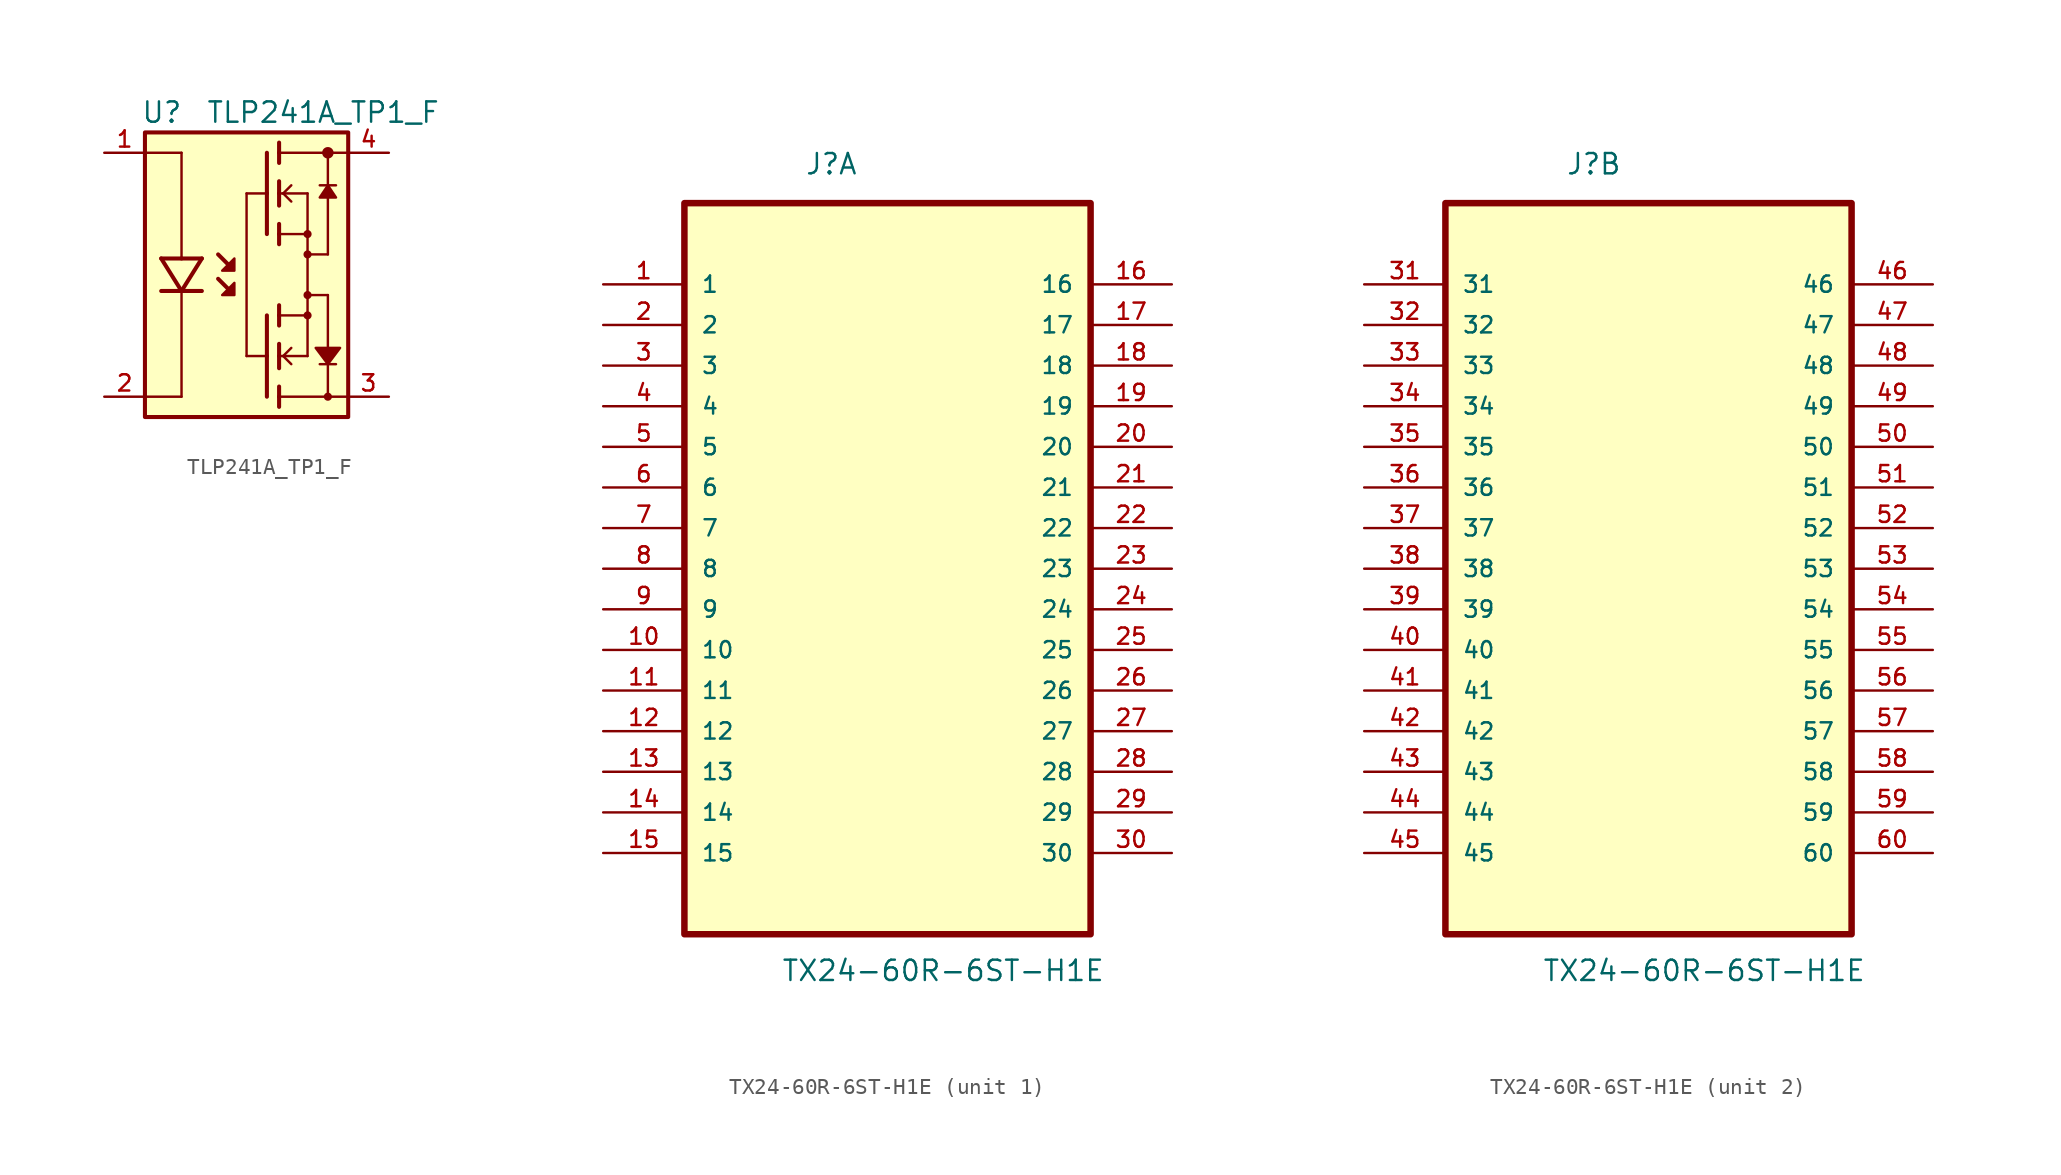
<source format=kicad_sym>
(kicad_symbol_lib
  (version 20231120)
  (generator "kicad_symbol_editor")
  (generator_version "8.0")
  (symbol "TLP241A_TP1_F"
    (pin_names
      (offset 1.016))
    (property "Reference" "U"
      (at -6.604 9.398 0)
      (effects (font (size 1.27 1.27)) (justify left bottom)))
    (property "Value" "TLP241A_TP1_F"
      (at -2.54 9.398 0)
      (effects (font (size 1.27 1.27)) (justify left bottom)))
    (symbol "TLP241A_TP1_F_0_0"
      (polyline (pts (xy -6.35 -7.62) (xy -4.064 -7.62)) (stroke (width 0.152) (type default)) (fill (type none)))
      (polyline (pts (xy -6.35 7.62) (xy -4.064 7.62)) (stroke (width 0.152) (type default)) (fill (type none)))
      (polyline (pts (xy -5.334 1.016) (xy -4.064 -1.016)) (stroke (width 0.254) (type default)) (fill (type none)))
      (polyline (pts (xy -4.064 -7.62) (xy -4.064 -1.016)) (stroke (width 0.152) (type default)) (fill (type none)))
      (polyline (pts (xy -4.064 -1.016) (xy -2.794 1.016)) (stroke (width 0.254) (type default)) (fill (type none)))
      (polyline (pts (xy -4.064 1.016) (xy -5.334 1.016)) (stroke (width 0.254) (type default)) (fill (type none)))
      (polyline (pts (xy -4.064 1.016) (xy -4.064 7.62)) (stroke (width 0.152) (type default)) (fill (type none)))
      (polyline (pts (xy -2.794 -1.016) (xy -4.064 -1.016)) (stroke (width 0.254) (type default)) (fill (type none)))
      (polyline (pts (xy -2.794 1.016) (xy -4.064 1.016)) (stroke (width 0.254) (type default)) (fill (type none)))
      (polyline (pts (xy -1.016 -1.016) (xy -1.778 -0.254)) (stroke (width 0.254) (type default)) (fill (type none)))
      (polyline (pts (xy -1.016 0.508) (xy -1.778 1.27)) (stroke (width 0.254) (type default)) (fill (type none)))
      (polyline (pts (xy 0 -5.08) (xy 1.27 -5.08)) (stroke (width 0.152) (type default)) (fill (type none)))
      (polyline (pts (xy 0 5.08) (xy 0 -5.08)) (stroke (width 0.152) (type default)) (fill (type none)))
      (polyline (pts (xy 1.27 -5.08) (xy 1.27 -7.62)) (stroke (width 0.254) (type default)) (fill (type none)))
      (polyline (pts (xy 1.27 -2.54) (xy 1.27 -5.08)) (stroke (width 0.254) (type default)) (fill (type none)))
      (polyline (pts (xy 1.27 5.08) (xy 0 5.08)) (stroke (width 0.152) (type default)) (fill (type none)))
      (polyline (pts (xy 1.27 5.08) (xy 1.27 2.54)) (stroke (width 0.254) (type default)) (fill (type none)))
      (polyline (pts (xy 1.27 7.62) (xy 1.27 5.08)) (stroke (width 0.254) (type default)) (fill (type none)))
      (polyline (pts (xy 2.032 -7.62) (xy 2.032 -8.255)) (stroke (width 0.254) (type default)) (fill (type none)))
      (polyline (pts (xy 2.032 -6.985) (xy 2.032 -7.62)) (stroke (width 0.254) (type default)) (fill (type none)))
      (polyline (pts (xy 2.032 -5.08) (xy 2.032 -5.842)) (stroke (width 0.254) (type default)) (fill (type none)))
      (polyline (pts (xy 2.032 -5.08) (xy 3.81 -5.08)) (stroke (width 0.152) (type default)) (fill (type none)))
      (polyline (pts (xy 2.032 -4.318) (xy 2.032 -5.08)) (stroke (width 0.254) (type default)) (fill (type none)))
      (polyline (pts (xy 2.032 -2.54) (xy 2.032 -3.175)) (stroke (width 0.254) (type default)) (fill (type none)))
      (polyline (pts (xy 2.032 -2.54) (xy 3.81 -2.54)) (stroke (width 0.152) (type default)) (fill (type none)))
      (polyline (pts (xy 2.032 -1.905) (xy 2.032 -2.54)) (stroke (width 0.254) (type default)) (fill (type none)))
      (polyline (pts (xy 2.032 2.54) (xy 2.032 1.905)) (stroke (width 0.254) (type default)) (fill (type none)))
      (polyline (pts (xy 2.032 3.175) (xy 2.032 2.54)) (stroke (width 0.254) (type default)) (fill (type none)))
      (polyline (pts (xy 2.032 5.08) (xy 2.032 4.318)) (stroke (width 0.254) (type default)) (fill (type none)))
      (polyline (pts (xy 2.032 5.08) (xy 3.81 5.08)) (stroke (width 0.152) (type default)) (fill (type none)))
      (polyline (pts (xy 2.032 5.842) (xy 2.032 5.08)) (stroke (width 0.254) (type default)) (fill (type none)))
      (polyline (pts (xy 2.032 7.62) (xy 2.032 6.985)) (stroke (width 0.254) (type default)) (fill (type none)))
      (polyline (pts (xy 2.032 7.62) (xy 5.08 7.62)) (stroke (width 0.152) (type default)) (fill (type none)))
      (polyline (pts (xy 2.032 8.255) (xy 2.032 7.62)) (stroke (width 0.254) (type default)) (fill (type none)))
      (polyline (pts (xy 3.81 -1.27) (xy 5.08 -1.27)) (stroke (width 0.152) (type default)) (fill (type none)))
      (polyline (pts (xy 3.81 1.27) (xy 5.08 1.27)) (stroke (width 0.152) (type default)) (fill (type none)))
      (polyline (pts (xy 3.81 2.54) (xy 2.032 2.54)) (stroke (width 0.152) (type default)) (fill (type none)))
      (polyline (pts (xy 3.81 5.08) (xy 3.81 -5.08)) (stroke (width 0.152) (type default)) (fill (type none)))
      (polyline (pts (xy 4.572 -5.588) (xy 5.08 -5.588)) (stroke (width 0.152) (type default)) (fill (type none)))
      (polyline (pts (xy 5.08 -7.62) (xy 2.032 -7.62)) (stroke (width 0.152) (type default)) (fill (type none)))
      (polyline (pts (xy 5.08 -7.62) (xy 6.35 -7.62)) (stroke (width 0.152) (type default)) (fill (type none)))
      (polyline (pts (xy 5.08 -5.588) (xy 5.08 -7.62)) (stroke (width 0.152) (type default)) (fill (type none)))
      (polyline (pts (xy 5.08 -5.588) (xy 5.588 -5.588)) (stroke (width 0.152) (type default)) (fill (type none)))
      (polyline (pts (xy 5.08 -1.27) (xy 5.08 -5.588)) (stroke (width 0.152) (type default)) (fill (type none)))
      (polyline (pts (xy 5.08 5.588) (xy 4.572 5.588)) (stroke (width 0.152) (type default)) (fill (type none)))
      (polyline (pts (xy 5.08 5.588) (xy 5.08 1.27)) (stroke (width 0.152) (type default)) (fill (type none)))
      (polyline (pts (xy 5.08 7.62) (xy 5.08 5.588)) (stroke (width 0.152) (type default)) (fill (type none)))
      (polyline (pts (xy 5.08 7.62) (xy 6.35 7.62)) (stroke (width 0.152) (type default)) (fill (type none)))
      (polyline (pts (xy 5.588 5.588) (xy 5.08 5.588)) (stroke (width 0.152) (type default)) (fill (type none)))
      (polyline (pts (xy 5.08 -5.588) (xy 5.842 -4.572) (xy 4.318 -4.572) (xy 5.08 -5.588)) (stroke (width 0.152) (type default)) (fill (type outline)))
      (polyline (pts (xy 5.08 5.588) (xy 4.572 4.826) (xy 5.588 4.826) (xy 5.08 5.588)) (stroke (width 0.152) (type default)) (fill (type outline)))
      (pin passive line (at -8.89 7.62 0) (length 2.54) (name "~" (effects (font (size 1.016 1.016)))) (number "1" (effects (font (size 1.016 1.016)))))
      (pin passive line (at -8.89 -7.62 0) (length 2.54) (name "~" (effects (font (size 1.016 1.016)))) (number "2" (effects (font (size 1.016 1.016))))))
    (symbol "TLP241A_TP1_F_1_0"
      (rectangle (start -6.35 8.89) (end 6.35 -8.89) (stroke (width 0.254) (type default)) (fill (type background)))
      (polyline (pts (xy -4.064 -1.016) (xy -5.334 -1.016)) (stroke (width 0.254) (type default)) (fill (type none)))
      (polyline (pts (xy 2.286 -5.08) (xy 2.794 -5.588)) (stroke (width 0) (type default)) (fill (type none)))
      (polyline (pts (xy 2.286 -5.08) (xy 2.794 -4.572)) (stroke (width 0) (type default)) (fill (type none)))
      (polyline (pts (xy 2.286 5.08) (xy 2.794 4.572)) (stroke (width 0) (type default)) (fill (type none)))
      (polyline (pts (xy 2.286 5.08) (xy 2.794 5.588)) (stroke (width 0) (type default)) (fill (type none)))
      (circle (center 3.81 -2.54) (radius 0.254) (stroke (width -0.0001) (type default)) (fill (type outline)))
      (circle (center 3.81 -1.27) (radius 0.254) (stroke (width -0.0001) (type default)) (fill (type outline)))
      (circle (center 3.81 1.27) (radius 0.254) (stroke (width -0.0001) (type default)) (fill (type outline)))
      (circle (center 3.81 2.54) (radius 0.254) (stroke (width -0.0001) (type default)) (fill (type outline)))
      (circle (center 5.08 -7.62) (radius 0.254) (stroke (width -0.0001) (type default)) (fill (type outline)))
      (circle (center 5.08 7.62) (radius 0.359) (stroke (width -0.0001) (type default)) (fill (type outline)))
      (pin passive line (at 8.89 -7.62 180) (length 2.54) (name "~" (effects (font (size 1.016 1.016)))) (number "3" (effects (font (size 1.016 1.016)))))
      (pin passive line (at 8.89 7.62 180) (length 2.54) (name "~" (effects (font (size 1.016 1.016)))) (number "4" (effects (font (size 1.016 1.016))))))
    (symbol "TLP241A_TP1_F_1_1"
      (polyline (pts (xy -0.762 -1.27) (xy -0.762 -0.508) (xy -1.524 -1.27) (xy -0.762 -1.27)) (stroke (width 0) (type default)) (fill (type outline)))
      (polyline (pts (xy -0.762 0.254) (xy -0.762 1.016) (xy -1.524 0.254) (xy -0.762 0.254)) (stroke (width 0) (type default)) (fill (type outline)))))
  (symbol "TX24-60R-6ST-H1E"
    (pin_names
      (offset 1.016))
    (property "Reference" "J"
      (at -5.182 22.022 0)
      (effects (font (size 1.27 1.27)) (justify left bottom)))
    (property "Value" "TX24-60R-6ST-H1E"
      (at -6.655 -28.423 0)
      (effects (font (size 1.27 1.27)) (justify left bottom)))
    (symbol "TX24-60R-6ST-H1E_1_0"
      (rectangle (start -12.7 -25.4) (end 12.7 20.32) (stroke (width 0.406) (type default)) (fill (type background)))
      (pin passive line (at -17.78 15.24 0) (length 5.08) (name "1" (effects (font (size 1.016 1.016)))) (number "1" (effects (font (size 1.016 1.016)))))
      (pin passive line (at -17.78 -7.62 0) (length 5.08) (name "10" (effects (font (size 1.016 1.016)))) (number "10" (effects (font (size 1.016 1.016)))))
      (pin passive line (at -17.78 -10.16 0) (length 5.08) (name "11" (effects (font (size 1.016 1.016)))) (number "11" (effects (font (size 1.016 1.016)))))
      (pin passive line (at -17.78 -12.7 0) (length 5.08) (name "12" (effects (font (size 1.016 1.016)))) (number "12" (effects (font (size 1.016 1.016)))))
      (pin passive line (at -17.78 -15.24 0) (length 5.08) (name "13" (effects (font (size 1.016 1.016)))) (number "13" (effects (font (size 1.016 1.016)))))
      (pin passive line (at -17.78 -17.78 0) (length 5.08) (name "14" (effects (font (size 1.016 1.016)))) (number "14" (effects (font (size 1.016 1.016)))))
      (pin passive line (at -17.78 -20.32 0) (length 5.08) (name "15" (effects (font (size 1.016 1.016)))) (number "15" (effects (font (size 1.016 1.016)))))
      (pin passive line (at 17.78 15.24 180) (length 5.08) (name "16" (effects (font (size 1.016 1.016)))) (number "16" (effects (font (size 1.016 1.016)))))
      (pin passive line (at 17.78 12.7 180) (length 5.08) (name "17" (effects (font (size 1.016 1.016)))) (number "17" (effects (font (size 1.016 1.016)))))
      (pin passive line (at 17.78 10.16 180) (length 5.08) (name "18" (effects (font (size 1.016 1.016)))) (number "18" (effects (font (size 1.016 1.016)))))
      (pin passive line (at 17.78 7.62 180) (length 5.08) (name "19" (effects (font (size 1.016 1.016)))) (number "19" (effects (font (size 1.016 1.016)))))
      (pin passive line (at -17.78 12.7 0) (length 5.08) (name "2" (effects (font (size 1.016 1.016)))) (number "2" (effects (font (size 1.016 1.016)))))
      (pin passive line (at 17.78 5.08 180) (length 5.08) (name "20" (effects (font (size 1.016 1.016)))) (number "20" (effects (font (size 1.016 1.016)))))
      (pin passive line (at 17.78 2.54 180) (length 5.08) (name "21" (effects (font (size 1.016 1.016)))) (number "21" (effects (font (size 1.016 1.016)))))
      (pin passive line (at 17.78 0 180) (length 5.08) (name "22" (effects (font (size 1.016 1.016)))) (number "22" (effects (font (size 1.016 1.016)))))
      (pin passive line (at 17.78 -2.54 180) (length 5.08) (name "23" (effects (font (size 1.016 1.016)))) (number "23" (effects (font (size 1.016 1.016)))))
      (pin passive line (at 17.78 -5.08 180) (length 5.08) (name "24" (effects (font (size 1.016 1.016)))) (number "24" (effects (font (size 1.016 1.016)))))
      (pin passive line (at 17.78 -7.62 180) (length 5.08) (name "25" (effects (font (size 1.016 1.016)))) (number "25" (effects (font (size 1.016 1.016)))))
      (pin passive line (at 17.78 -10.16 180) (length 5.08) (name "26" (effects (font (size 1.016 1.016)))) (number "26" (effects (font (size 1.016 1.016)))))
      (pin passive line (at 17.78 -12.7 180) (length 5.08) (name "27" (effects (font (size 1.016 1.016)))) (number "27" (effects (font (size 1.016 1.016)))))
      (pin passive line (at 17.78 -15.24 180) (length 5.08) (name "28" (effects (font (size 1.016 1.016)))) (number "28" (effects (font (size 1.016 1.016)))))
      (pin passive line (at 17.78 -17.78 180) (length 5.08) (name "29" (effects (font (size 1.016 1.016)))) (number "29" (effects (font (size 1.016 1.016)))))
      (pin passive line (at -17.78 10.16 0) (length 5.08) (name "3" (effects (font (size 1.016 1.016)))) (number "3" (effects (font (size 1.016 1.016)))))
      (pin passive line (at 17.78 -20.32 180) (length 5.08) (name "30" (effects (font (size 1.016 1.016)))) (number "30" (effects (font (size 1.016 1.016)))))
      (pin passive line (at -17.78 7.62 0) (length 5.08) (name "4" (effects (font (size 1.016 1.016)))) (number "4" (effects (font (size 1.016 1.016)))))
      (pin passive line (at -17.78 5.08 0) (length 5.08) (name "5" (effects (font (size 1.016 1.016)))) (number "5" (effects (font (size 1.016 1.016)))))
      (pin passive line (at -17.78 2.54 0) (length 5.08) (name "6" (effects (font (size 1.016 1.016)))) (number "6" (effects (font (size 1.016 1.016)))))
      (pin passive line (at -17.78 0 0) (length 5.08) (name "7" (effects (font (size 1.016 1.016)))) (number "7" (effects (font (size 1.016 1.016)))))
      (pin passive line (at -17.78 -2.54 0) (length 5.08) (name "8" (effects (font (size 1.016 1.016)))) (number "8" (effects (font (size 1.016 1.016)))))
      (pin passive line (at -17.78 -5.08 0) (length 5.08) (name "9" (effects (font (size 1.016 1.016)))) (number "9" (effects (font (size 1.016 1.016))))))
    (symbol "TX24-60R-6ST-H1E_2_0"
      (rectangle (start -12.7 -25.4) (end 12.7 20.32) (stroke (width 0.406) (type default)) (fill (type background)))
      (pin passive line (at -17.78 15.24 0) (length 5.08) (name "31" (effects (font (size 1.016 1.016)))) (number "31" (effects (font (size 1.016 1.016)))))
      (pin passive line (at -17.78 12.7 0) (length 5.08) (name "32" (effects (font (size 1.016 1.016)))) (number "32" (effects (font (size 1.016 1.016)))))
      (pin passive line (at -17.78 10.16 0) (length 5.08) (name "33" (effects (font (size 1.016 1.016)))) (number "33" (effects (font (size 1.016 1.016)))))
      (pin passive line (at -17.78 7.62 0) (length 5.08) (name "34" (effects (font (size 1.016 1.016)))) (number "34" (effects (font (size 1.016 1.016)))))
      (pin passive line (at -17.78 5.08 0) (length 5.08) (name "35" (effects (font (size 1.016 1.016)))) (number "35" (effects (font (size 1.016 1.016)))))
      (pin passive line (at -17.78 2.54 0) (length 5.08) (name "36" (effects (font (size 1.016 1.016)))) (number "36" (effects (font (size 1.016 1.016)))))
      (pin passive line (at -17.78 0 0) (length 5.08) (name "37" (effects (font (size 1.016 1.016)))) (number "37" (effects (font (size 1.016 1.016)))))
      (pin passive line (at -17.78 -2.54 0) (length 5.08) (name "38" (effects (font (size 1.016 1.016)))) (number "38" (effects (font (size 1.016 1.016)))))
      (pin passive line (at -17.78 -5.08 0) (length 5.08) (name "39" (effects (font (size 1.016 1.016)))) (number "39" (effects (font (size 1.016 1.016)))))
      (pin passive line (at -17.78 -7.62 0) (length 5.08) (name "40" (effects (font (size 1.016 1.016)))) (number "40" (effects (font (size 1.016 1.016)))))
      (pin passive line (at -17.78 -10.16 0) (length 5.08) (name "41" (effects (font (size 1.016 1.016)))) (number "41" (effects (font (size 1.016 1.016)))))
      (pin passive line (at -17.78 -12.7 0) (length 5.08) (name "42" (effects (font (size 1.016 1.016)))) (number "42" (effects (font (size 1.016 1.016)))))
      (pin passive line (at -17.78 -15.24 0) (length 5.08) (name "43" (effects (font (size 1.016 1.016)))) (number "43" (effects (font (size 1.016 1.016)))))
      (pin passive line (at -17.78 -17.78 0) (length 5.08) (name "44" (effects (font (size 1.016 1.016)))) (number "44" (effects (font (size 1.016 1.016)))))
      (pin passive line (at -17.78 -20.32 0) (length 5.08) (name "45" (effects (font (size 1.016 1.016)))) (number "45" (effects (font (size 1.016 1.016)))))
      (pin passive line (at 17.78 15.24 180) (length 5.08) (name "46" (effects (font (size 1.016 1.016)))) (number "46" (effects (font (size 1.016 1.016)))))
      (pin passive line (at 17.78 12.7 180) (length 5.08) (name "47" (effects (font (size 1.016 1.016)))) (number "47" (effects (font (size 1.016 1.016)))))
      (pin passive line (at 17.78 10.16 180) (length 5.08) (name "48" (effects (font (size 1.016 1.016)))) (number "48" (effects (font (size 1.016 1.016)))))
      (pin passive line (at 17.78 7.62 180) (length 5.08) (name "49" (effects (font (size 1.016 1.016)))) (number "49" (effects (font (size 1.016 1.016)))))
      (pin passive line (at 17.78 5.08 180) (length 5.08) (name "50" (effects (font (size 1.016 1.016)))) (number "50" (effects (font (size 1.016 1.016)))))
      (pin passive line (at 17.78 2.54 180) (length 5.08) (name "51" (effects (font (size 1.016 1.016)))) (number "51" (effects (font (size 1.016 1.016)))))
      (pin passive line (at 17.78 0 180) (length 5.08) (name "52" (effects (font (size 1.016 1.016)))) (number "52" (effects (font (size 1.016 1.016)))))
      (pin passive line (at 17.78 -2.54 180) (length 5.08) (name "53" (effects (font (size 1.016 1.016)))) (number "53" (effects (font (size 1.016 1.016)))))
      (pin passive line (at 17.78 -5.08 180) (length 5.08) (name "54" (effects (font (size 1.016 1.016)))) (number "54" (effects (font (size 1.016 1.016)))))
      (pin passive line (at 17.78 -7.62 180) (length 5.08) (name "55" (effects (font (size 1.016 1.016)))) (number "55" (effects (font (size 1.016 1.016)))))
      (pin passive line (at 17.78 -10.16 180) (length 5.08) (name "56" (effects (font (size 1.016 1.016)))) (number "56" (effects (font (size 1.016 1.016)))))
      (pin passive line (at 17.78 -12.7 180) (length 5.08) (name "57" (effects (font (size 1.016 1.016)))) (number "57" (effects (font (size 1.016 1.016)))))
      (pin passive line (at 17.78 -15.24 180) (length 5.08) (name "58" (effects (font (size 1.016 1.016)))) (number "58" (effects (font (size 1.016 1.016)))))
      (pin passive line (at 17.78 -17.78 180) (length 5.08) (name "59" (effects (font (size 1.016 1.016)))) (number "59" (effects (font (size 1.016 1.016)))))
      (pin passive line (at 17.78 -20.32 180) (length 5.08) (name "60" (effects (font (size 1.016 1.016)))) (number "60" (effects (font (size 1.016 1.016))))))))
</source>
